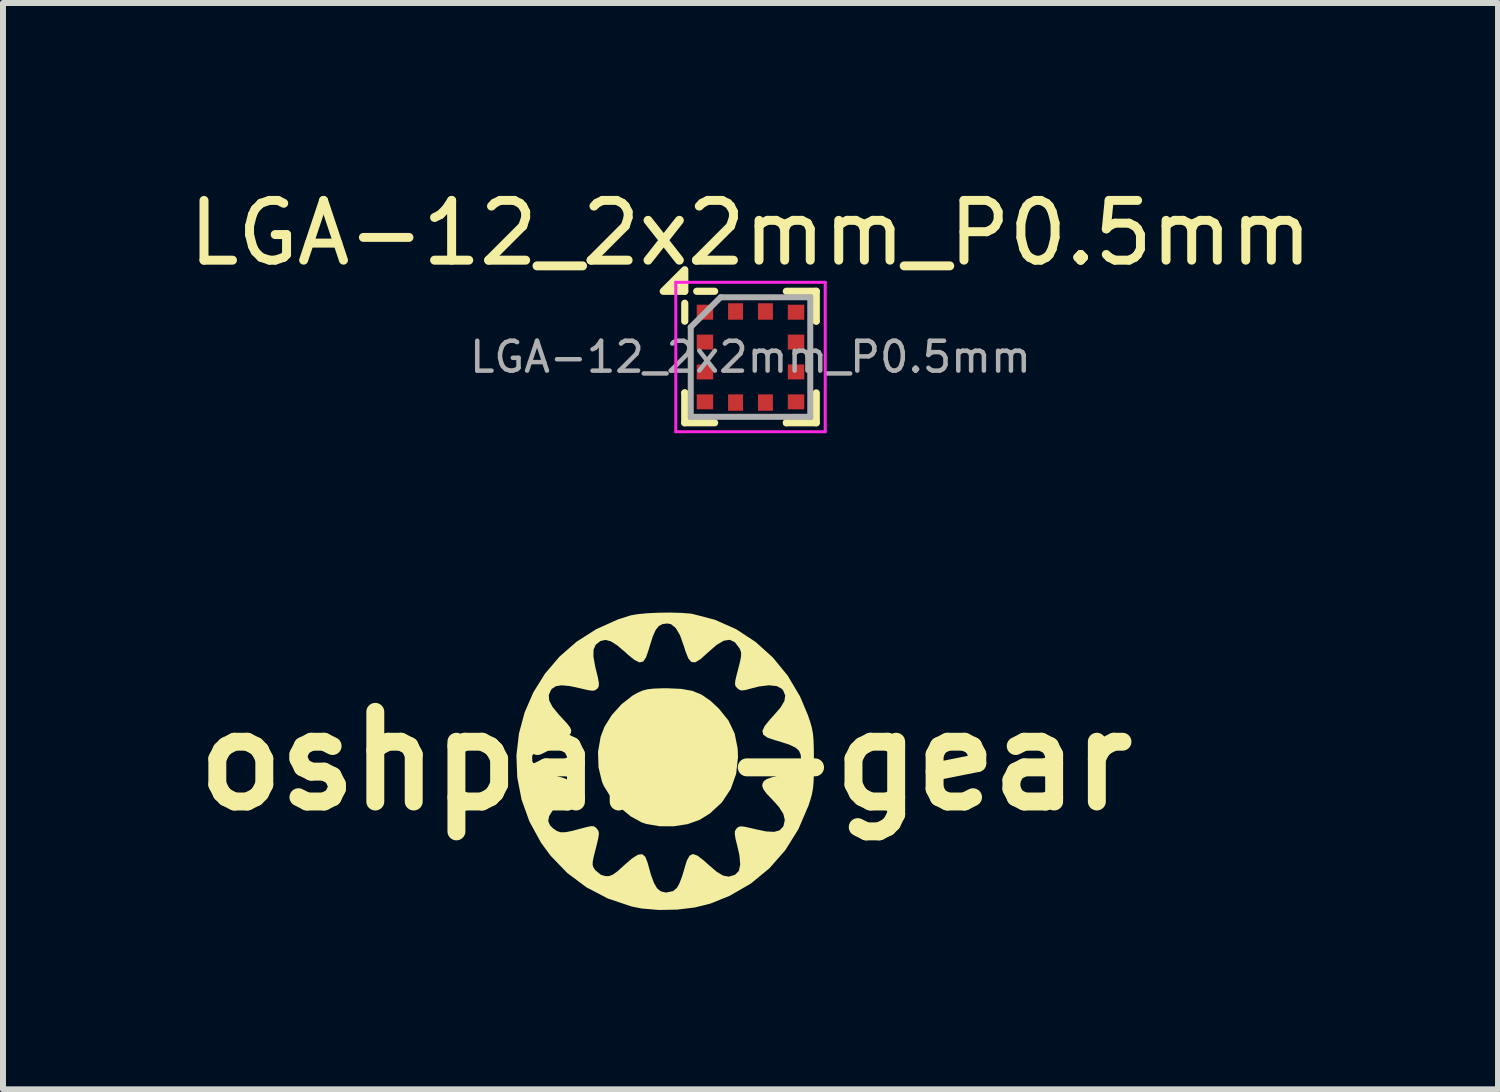
<source format=kicad_pcb>
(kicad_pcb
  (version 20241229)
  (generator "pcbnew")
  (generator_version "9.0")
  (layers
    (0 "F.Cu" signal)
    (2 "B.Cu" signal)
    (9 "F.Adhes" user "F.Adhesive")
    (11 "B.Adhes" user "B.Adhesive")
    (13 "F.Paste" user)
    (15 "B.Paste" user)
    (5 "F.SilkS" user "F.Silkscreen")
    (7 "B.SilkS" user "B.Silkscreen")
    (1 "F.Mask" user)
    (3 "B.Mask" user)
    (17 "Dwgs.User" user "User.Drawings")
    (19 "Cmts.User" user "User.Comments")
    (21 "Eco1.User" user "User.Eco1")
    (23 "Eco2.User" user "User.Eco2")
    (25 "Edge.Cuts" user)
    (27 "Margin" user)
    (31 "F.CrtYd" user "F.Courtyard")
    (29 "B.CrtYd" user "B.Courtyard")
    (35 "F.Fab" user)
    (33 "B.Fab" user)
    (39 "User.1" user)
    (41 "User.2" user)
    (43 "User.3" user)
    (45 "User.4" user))
  (footprint "LGA-12_2x2mm_P0.5mm"
    (layer "F.Cu")
    (at 9.506 2.923)
    (property "Reference" "LGA-12_2x2mm_P0.5mm" (at 0 -2.075 0) (layer "F.SilkS") (effects (font (size 1 1) (thickness 0.15))))
    (attr smd)
    (fp_line (start -1.1 -1.1) (end -1.1 -1.1) (stroke (width 0.12) (type solid)) (layer "F.SilkS"))
    (fp_line (start -1.1 -0.6) (end -1.1 -0.9) (stroke (width 0.12) (type solid)) (layer "F.SilkS"))
    (fp_line (start -1.1 0.6) (end -1.1 0.6) (stroke (width 0.12) (type solid)) (layer "F.SilkS"))
    (fp_line (start -1.1 1.1) (end -1.1 0.6) (stroke (width 0.12) (type solid)) (layer "F.SilkS"))
    (fp_line (start -0.6 -1.1) (end -0.9 -1.1) (stroke (width 0.12) (type solid)) (layer "F.SilkS"))
    (fp_line (start -0.6 1.1) (end -1.1 1.1) (stroke (width 0.12) (type solid)) (layer "F.SilkS"))
    (fp_line (start 0.6 -1.1) (end 1.1 -1.1) (stroke (width 0.12) (type solid)) (layer "F.SilkS"))
    (fp_line (start 0.6 1.1) (end 0.6 1.1) (stroke (width 0.12) (type solid)) (layer "F.SilkS"))
    (fp_line (start 1.1 -1.1) (end 1.1 -0.6) (stroke (width 0.12) (type solid)) (layer "F.SilkS"))
    (fp_line (start 1.1 -0.6) (end 1.1 -0.6) (stroke (width 0.12) (type solid)) (layer "F.SilkS"))
    (fp_line (start 1.1 0.6) (end 1.1 1.1) (stroke (width 0.12) (type solid)) (layer "F.SilkS"))
    (fp_line (start 1.1 1.1) (end 0.6 1.1) (stroke (width 0.12) (type solid)) (layer "F.SilkS"))
    (fp_poly (pts (xy -1.1 -1.1) (xy -1.46 -1.1) (xy -1.1 -1.46) (xy -1.1 -1.1)) (stroke (width 0.12) (type solid)) (fill yes) (layer "F.SilkS"))
    (fp_line (start -1.25 -1.25) (end 1.25 -1.25) (stroke (width 0.05) (type solid)) (layer "F.CrtYd"))
    (fp_line (start -1.25 1.25) (end -1.25 -1.25) (stroke (width 0.05) (type solid)) (layer "F.CrtYd"))
    (fp_line (start 1.25 -1.25) (end 1.25 1.25) (stroke (width 0.05) (type solid)) (layer "F.CrtYd"))
    (fp_line (start 1.25 1.25) (end -1.25 1.25) (stroke (width 0.05) (type solid)) (layer "F.CrtYd"))
    (fp_line (start -1 -0.5) (end -0.5 -1) (stroke (width 0.1) (type solid)) (layer "F.Fab"))
    (fp_line (start -1 1) (end -1 -0.5) (stroke (width 0.1) (type solid)) (layer "F.Fab"))
    (fp_line (start -0.5 -1) (end 1 -1) (stroke (width 0.1) (type solid)) (layer "F.Fab"))
    (fp_line (start 1 -1) (end 1 1) (stroke (width 0.1) (type solid)) (layer "F.Fab"))
    (fp_line (start 1 1) (end -1 1) (stroke (width 0.1) (type solid)) (layer "F.Fab"))
    (fp_text user "${REFERENCE}" (at 0 0 0) (layer "F.Fab") (effects (font (size 0.5 0.5) (thickness 0.075))))
    (pad "1" smd rect (at -0.762 -0.75) (size 0.275 0.25) (layers "F.Cu" "F.Mask" "F.Paste"))
    (pad "2" smd rect (at -0.762 -0.25) (size 0.275 0.25) (layers "F.Cu" "F.Mask" "F.Paste"))
    (pad "3" smd rect (at -0.762 0.25) (size 0.275 0.25) (layers "F.Cu" "F.Mask" "F.Paste"))
    (pad "4" smd rect (at -0.762 0.75) (size 0.275 0.25) (layers "F.Cu" "F.Mask" "F.Paste"))
    (pad "5" smd rect (at -0.25 0.762 90) (size 0.275 0.25) (layers "F.Cu" "F.Mask" "F.Paste"))
    (pad "6" smd rect (at 0.25 0.762 90) (size 0.275 0.25) (layers "F.Cu" "F.Mask" "F.Paste"))
    (pad "7" smd rect (at 0.762 0.75) (size 0.275 0.25) (layers "F.Cu" "F.Mask" "F.Paste"))
    (pad "8" smd rect (at 0.762 0.25) (size 0.275 0.25) (layers "F.Cu" "F.Mask" "F.Paste"))
    (pad "9" smd rect (at 0.762 -0.25) (size 0.275 0.25) (layers "F.Cu" "F.Mask" "F.Paste"))
    (pad "10" smd rect (at 0.762 -0.75) (size 0.275 0.25) (layers "F.Cu" "F.Mask" "F.Paste"))
    (pad "11" smd rect (at 0.25 -0.762 90) (size 0.275 0.25) (layers "F.Cu" "F.Mask" "F.Paste"))
    (pad "12" smd rect (at -0.25 -0.762 90) (size 0.275 0.25) (layers "F.Cu" "F.Mask" "F.Paste")))
  (footprint "oshpark-gear"
    (layer "F.Cu")
    (at 8.086 9.681)
    (property "Reference" "oshpark-gear" (at 0 0 0) (layer "F.SilkS") (effects (font (size 1.5 1.5) (thickness 0.3))))
    (attr board_only exclude_from_pos_files exclude_from_bom)
    (fp_poly (pts (xy 0.263 -1.206) (xy 0.447 -1.173) (xy 0.603 -1.109) (xy 0.75 -1.007) (xy 0.889 -0.878) (xy 1.051 -0.677) (xy 1.155 -0.459) (xy 1.205 -0.211) (xy 1.211 -0.067) (xy 1.18 0.215) (xy 1.089 0.47) (xy 0.942 0.693) (xy 0.742 0.878) (xy 0.567 0.986) (xy 0.368 1.057) (xy 0.136 1.093) (xy -0.102 1.092) (xy -0.323 1.054) (xy -0.4 1.028) (xy -0.583 0.928) (xy -0.762 0.78) (xy -0.919 0.604) (xy -1.035 0.417) (xy -1.064 0.35) (xy -1.123 0.107) (xy -1.131 -0.151) (xy -1.088 -0.402) (xy -1.023 -0.573) (xy -0.901 -0.768) (xy -0.739 -0.948) (xy -0.557 -1.091) (xy -0.47 -1.141) (xy -0.388 -1.177) (xy -0.303 -1.199) (xy -0.198 -1.211) (xy -0.053 -1.216) (xy 0.033 -1.216)) (stroke (width 0) (type solid)) (fill yes) (layer "F.SilkS"))
    (fp_poly (pts (xy 0.252 -2.478) (xy 0.403 -2.467) (xy 0.45 -2.46) (xy 0.826 -2.362) (xy 1.179 -2.205) (xy 1.503 -1.993) (xy 1.794 -1.731) (xy 2.044 -1.425) (xy 2.249 -1.079) (xy 2.378 -0.773) (xy 2.419 -0.654) (xy 2.447 -0.554) (xy 2.465 -0.456) (xy 2.475 -0.344) (xy 2.479 -0.199) (xy 2.481 -0.006) (xy 2.481 0) (xy 2.48 0.197) (xy 2.476 0.343) (xy 2.466 0.457) (xy 2.448 0.555) (xy 2.421 0.653) (xy 2.389 0.75) (xy 2.22 1.144) (xy 2.002 1.493) (xy 1.736 1.796) (xy 1.426 2.051) (xy 1.07 2.257) (xy 0.75 2.386) (xy 0.489 2.451) (xy 0.192 2.487) (xy -0.114 2.493) (xy -0.404 2.468) (xy -0.569 2.435) (xy -0.965 2.302) (xy -1.325 2.114) (xy -1.646 1.874) (xy -1.925 1.585) (xy -2.085 1.367) (xy -2.279 1.012) (xy -2.41 0.647) (xy -2.482 0.276) (xy -2.496 -0.086) (xy -2.232 -0.086) (xy -2.231 0.007) (xy -2.168 0.098) (xy -2.043 0.179) (xy -1.855 0.244) (xy -1.84 0.248) (xy -1.712 0.283) (xy -1.636 0.314) (xy -1.596 0.349) (xy -1.579 0.388) (xy -1.577 0.437) (xy -1.6 0.492) (xy -1.657 0.567) (xy -1.754 0.673) (xy -1.763 0.682) (xy -1.882 0.816) (xy -1.948 0.921) (xy -1.965 1.006) (xy -1.933 1.078) (xy -1.879 1.131) (xy -1.817 1.173) (xy -1.755 1.193) (xy -1.676 1.192) (xy -1.563 1.17) (xy -1.436 1.136) (xy -1.315 1.104) (xy -1.241 1.09) (xy -1.197 1.095) (xy -1.166 1.117) (xy -1.151 1.132) (xy -1.126 1.166) (xy -1.116 1.208) (xy -1.123 1.272) (xy -1.146 1.376) (xy -1.169 1.467) (xy -1.203 1.601) (xy -1.22 1.687) (xy -1.221 1.742) (xy -1.206 1.784) (xy -1.176 1.828) (xy -1.175 1.829) (xy -1.079 1.907) (xy -1.004 1.927) (xy -0.944 1.926) (xy -0.884 1.902) (xy -0.809 1.849) (xy -0.706 1.756) (xy -0.691 1.742) (xy -0.56 1.629) (xy -0.462 1.568) (xy -0.39 1.56) (xy -0.339 1.605) (xy -0.302 1.701) (xy -0.299 1.711) (xy -0.245 1.905) (xy -0.194 2.043) (xy -0.142 2.132) (xy -0.082 2.181) (xy -0.008 2.199) (xy 0.015 2.2) (xy 0.126 2.177) (xy 0.19 2.122) (xy 0.229 2.051) (xy 0.273 1.939) (xy 0.312 1.81) (xy 0.312 1.807) (xy 0.355 1.667) (xy 0.401 1.584) (xy 0.458 1.557) (xy 0.535 1.585) (xy 0.641 1.667) (xy 0.722 1.74) (xy 0.855 1.854) (xy 0.962 1.918) (xy 1.055 1.935) (xy 1.146 1.91) (xy 1.166 1.9) (xy 1.226 1.838) (xy 1.248 1.731) (xy 1.234 1.575) (xy 1.202 1.434) (xy 1.17 1.305) (xy 1.157 1.223) (xy 1.16 1.173) (xy 1.181 1.137) (xy 1.187 1.13) (xy 1.216 1.104) (xy 1.255 1.094) (xy 1.318 1.099) (xy 1.421 1.122) (xy 1.5 1.141) (xy 1.683 1.179) (xy 1.815 1.186) (xy 1.906 1.161) (xy 1.963 1.103) (xy 1.972 1.085) (xy 1.994 0.988) (xy 1.969 0.885) (xy 1.894 0.768) (xy 1.782 0.644) (xy 1.686 0.543) (xy 1.634 0.471) (xy 1.616 0.416) (xy 1.62 0.383) (xy 1.641 0.339) (xy 1.69 0.304) (xy 1.781 0.272) (xy 1.87 0.249) (xy 2.062 0.189) (xy 2.19 0.118) (xy 2.256 0.035) (xy 2.267 -0.021) (xy 2.259 -0.107) (xy 2.23 -0.173) (xy 2.168 -0.226) (xy 2.066 -0.274) (xy 1.912 -0.324) (xy 1.829 -0.348) (xy 1.704 -0.39) (xy 1.634 -0.439) (xy 1.619 -0.502) (xy 1.658 -0.586) (xy 1.751 -0.7) (xy 1.801 -0.754) (xy 1.921 -0.892) (xy 1.987 -1.003) (xy 2.001 -1.096) (xy 1.966 -1.18) (xy 1.945 -1.206) (xy 1.861 -1.252) (xy 1.729 -1.266) (xy 1.562 -1.246) (xy 1.436 -1.214) (xy 1.332 -1.186) (xy 1.27 -1.179) (xy 1.228 -1.194) (xy 1.201 -1.216) (xy 1.173 -1.246) (xy 1.161 -1.281) (xy 1.165 -1.339) (xy 1.186 -1.433) (xy 1.213 -1.535) (xy 1.247 -1.67) (xy 1.263 -1.758) (xy 1.262 -1.818) (xy 1.245 -1.867) (xy 1.233 -1.889) (xy 1.159 -1.986) (xy 1.074 -2.027) (xy 0.973 -2.012) (xy 0.851 -1.94) (xy 0.707 -1.814) (xy 0.586 -1.705) (xy 0.498 -1.651) (xy 0.432 -1.654) (xy 0.379 -1.716) (xy 0.33 -1.841) (xy 0.307 -1.916) (xy 0.241 -2.102) (xy 0.169 -2.224) (xy 0.09 -2.288) (xy 0.031 -2.3) (xy -0.05 -2.291) (xy -0.113 -2.258) (xy -0.166 -2.192) (xy -0.215 -2.082) (xy -0.267 -1.918) (xy -0.284 -1.86) (xy -0.327 -1.734) (xy -0.375 -1.664) (xy -0.436 -1.649) (xy -0.52 -1.689) (xy -0.634 -1.781) (xy -0.669 -1.814) (xy -0.807 -1.932) (xy -0.915 -2.001) (xy -1.003 -2.025) (xy -1.082 -2.009) (xy -1.098 -2.001) (xy -1.169 -1.945) (xy -1.205 -1.864) (xy -1.208 -1.749) (xy -1.18 -1.587) (xy -1.165 -1.526) (xy -1.132 -1.391) (xy -1.117 -1.305) (xy -1.118 -1.252) (xy -1.136 -1.217) (xy -1.146 -1.207) (xy -1.18 -1.182) (xy -1.226 -1.175) (xy -1.303 -1.186) (xy -1.413 -1.212) (xy -1.602 -1.253) (xy -1.74 -1.266) (xy -1.836 -1.251) (xy -1.902 -1.207) (xy -1.92 -1.184) (xy -1.955 -1.1) (xy -1.947 -1.01) (xy -1.893 -0.906) (xy -1.788 -0.777) (xy -1.743 -0.729) (xy -1.65 -0.628) (xy -1.598 -0.561) (xy -1.579 -0.512) (xy -1.585 -0.47) (xy -1.59 -0.458) (xy -1.629 -0.41) (xy -1.706 -0.37) (xy -1.833 -0.33) (xy -1.858 -0.323) (xy -2.045 -0.257) (xy -2.17 -0.176) (xy -2.232 -0.086) (xy -2.496 -0.086) (xy -2.496 -0.095) (xy -2.454 -0.459) (xy -2.359 -0.812) (xy -2.213 -1.148) (xy -2.018 -1.461) (xy -1.776 -1.745) (xy -1.49 -1.995) (xy -1.161 -2.205) (xy -0.793 -2.37) (xy -0.583 -2.436) (xy -0.471 -2.456) (xy -0.311 -2.471) (xy -0.124 -2.48) (xy 0.07 -2.483)) (stroke (width 0) (type solid)) (fill yes) (layer "F.SilkS")))
  (gr_rect
    (start -3 -3)
    (end 22.012 15.174)
    (stroke (width 0.1) (type default))
    (fill no)
    (layer "Edge.Cuts")))
</source>
